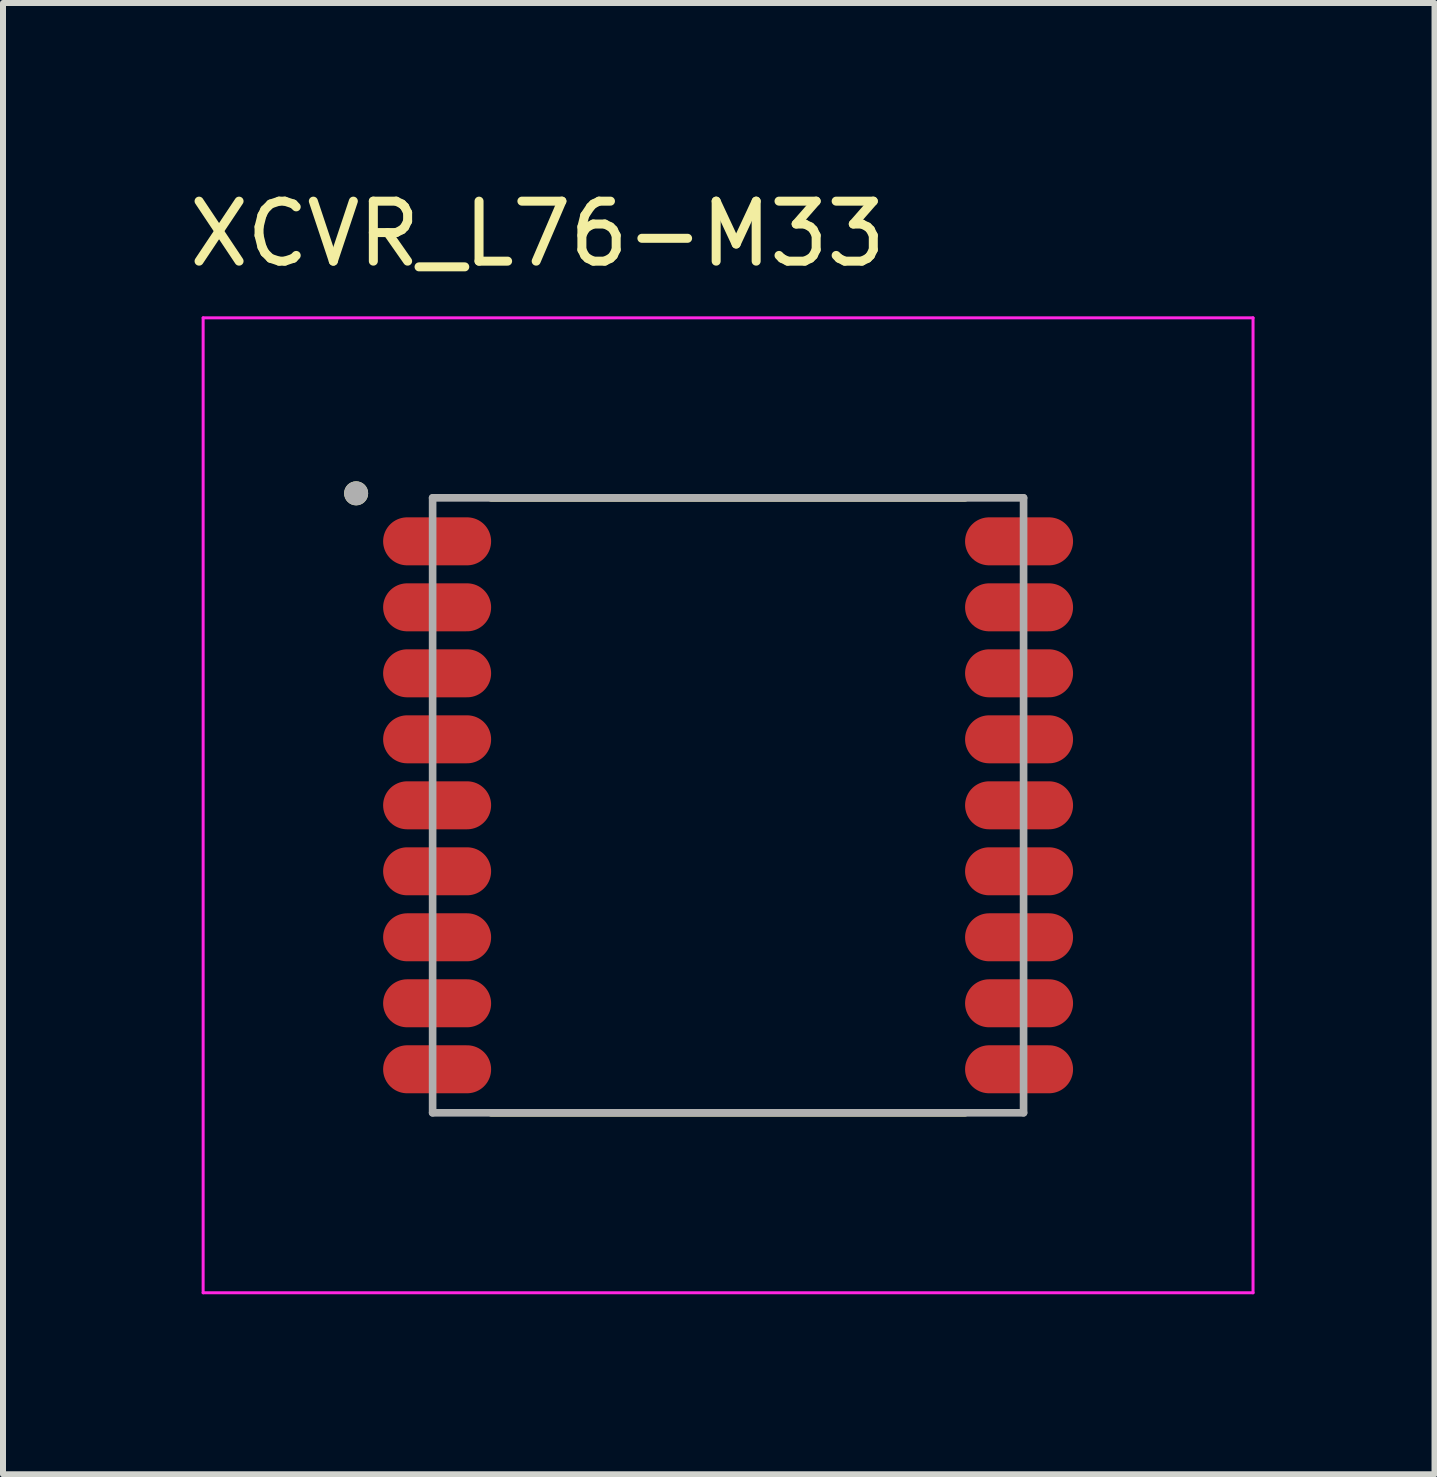
<source format=kicad_pcb>
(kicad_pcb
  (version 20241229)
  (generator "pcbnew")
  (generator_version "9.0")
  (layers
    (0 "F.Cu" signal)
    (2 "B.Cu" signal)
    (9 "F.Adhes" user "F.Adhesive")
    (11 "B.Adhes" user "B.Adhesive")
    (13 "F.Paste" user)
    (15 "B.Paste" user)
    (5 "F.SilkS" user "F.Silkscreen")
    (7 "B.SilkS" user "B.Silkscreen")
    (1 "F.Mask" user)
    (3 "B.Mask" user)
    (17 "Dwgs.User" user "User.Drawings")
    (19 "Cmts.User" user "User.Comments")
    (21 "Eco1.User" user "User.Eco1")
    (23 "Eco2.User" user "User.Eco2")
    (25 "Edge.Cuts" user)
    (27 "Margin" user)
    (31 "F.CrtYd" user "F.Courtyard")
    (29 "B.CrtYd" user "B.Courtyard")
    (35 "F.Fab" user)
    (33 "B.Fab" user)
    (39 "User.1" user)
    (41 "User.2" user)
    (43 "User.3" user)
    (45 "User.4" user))
  (footprint "XCVR_L76-M33"
    (layer "F.Cu")
    (at 9.086 10.373)
    (property "Reference" "XCVR_L76-M33" (at -3.175 -9.525 0) (layer "F.SilkS") (effects (font (size 1 1) (thickness 0.15))))
    (attr smd)
    (fp_line (start -3.95 -5.125) (end 3.95 -5.125) (stroke (width 0.127) (type solid)) (layer "F.SilkS"))
    (fp_line (start -3.95 5.125) (end 3.95 5.125) (stroke (width 0.127) (type solid)) (layer "F.SilkS"))
    (fp_circle (center -6.2 -5.2) (end -6.1 -5.2) (stroke (width 0.2) (type solid)) (fill no) (layer "F.SilkS"))
    (fp_poly (pts (xy -5.1 -4.8) (xy -4.45 -4.8) (xy -4.408 -4.798) (xy -4.367 -4.791) (xy -4.326 -4.78) (xy -4.287 -4.765) (xy -4.25 -4.746) (xy -4.215 -4.724) (xy -4.182 -4.697) (xy -4.153 -4.668) (xy -4.126 -4.635) (xy -4.104 -4.6) (xy -4.085 -4.563) (xy -4.07 -4.524) (xy -4.059 -4.483) (xy -4.052 -4.442) (xy -4.05 -4.4) (xy -4.052 -4.358) (xy -4.059 -4.317) (xy -4.07 -4.276) (xy -4.085 -4.237) (xy -4.104 -4.2) (xy -4.126 -4.165) (xy -4.153 -4.132) (xy -4.182 -4.103) (xy -4.215 -4.076) (xy -4.25 -4.054) (xy -4.287 -4.035) (xy -4.326 -4.02) (xy -4.367 -4.009) (xy -4.408 -4.002) (xy -4.45 -4) (xy -5.75 -4) (xy -5.792 -4.002) (xy -5.833 -4.009) (xy -5.874 -4.02) (xy -5.913 -4.035) (xy -5.95 -4.054) (xy -5.985 -4.076) (xy -6.018 -4.103) (xy -6.047 -4.132) (xy -6.074 -4.165) (xy -6.096 -4.2) (xy -6.115 -4.237) (xy -6.13 -4.276) (xy -6.141 -4.317) (xy -6.148 -4.358) (xy -6.15 -4.4) (xy -6.148 -4.442) (xy -6.141 -4.483) (xy -6.13 -4.524) (xy -6.115 -4.563) (xy -6.096 -4.6) (xy -6.074 -4.635) (xy -6.047 -4.668) (xy -6.018 -4.697) (xy -5.985 -4.724) (xy -5.95 -4.746) (xy -5.913 -4.765) (xy -5.874 -4.78) (xy -5.833 -4.791) (xy -5.792 -4.798) (xy -5.75 -4.8) (xy -5.1 -4.8)) (stroke (width 0.0001) (type solid)) (fill yes) (layer "F.Paste"))
    (fp_poly (pts (xy -5.1 -3.7) (xy -4.45 -3.7) (xy -4.408 -3.698) (xy -4.367 -3.691) (xy -4.326 -3.68) (xy -4.287 -3.665) (xy -4.25 -3.646) (xy -4.215 -3.624) (xy -4.182 -3.597) (xy -4.153 -3.568) (xy -4.126 -3.535) (xy -4.104 -3.5) (xy -4.085 -3.463) (xy -4.07 -3.424) (xy -4.059 -3.383) (xy -4.052 -3.342) (xy -4.05 -3.3) (xy -4.052 -3.258) (xy -4.059 -3.217) (xy -4.07 -3.176) (xy -4.085 -3.137) (xy -4.104 -3.1) (xy -4.126 -3.065) (xy -4.153 -3.032) (xy -4.182 -3.003) (xy -4.215 -2.976) (xy -4.25 -2.954) (xy -4.287 -2.935) (xy -4.326 -2.92) (xy -4.367 -2.909) (xy -4.408 -2.902) (xy -4.45 -2.9) (xy -5.75 -2.9) (xy -5.792 -2.902) (xy -5.833 -2.909) (xy -5.874 -2.92) (xy -5.913 -2.935) (xy -5.95 -2.954) (xy -5.985 -2.976) (xy -6.018 -3.003) (xy -6.047 -3.032) (xy -6.074 -3.065) (xy -6.096 -3.1) (xy -6.115 -3.137) (xy -6.13 -3.176) (xy -6.141 -3.217) (xy -6.148 -3.258) (xy -6.15 -3.3) (xy -6.148 -3.342) (xy -6.141 -3.383) (xy -6.13 -3.424) (xy -6.115 -3.463) (xy -6.096 -3.5) (xy -6.074 -3.535) (xy -6.047 -3.568) (xy -6.018 -3.597) (xy -5.985 -3.624) (xy -5.95 -3.646) (xy -5.913 -3.665) (xy -5.874 -3.68) (xy -5.833 -3.691) (xy -5.792 -3.698) (xy -5.75 -3.7) (xy -5.1 -3.7)) (stroke (width 0.0001) (type solid)) (fill yes) (layer "F.Paste"))
    (fp_poly (pts (xy -5.1 -2.6) (xy -4.45 -2.6) (xy -4.408 -2.598) (xy -4.367 -2.591) (xy -4.326 -2.58) (xy -4.287 -2.565) (xy -4.25 -2.546) (xy -4.215 -2.524) (xy -4.182 -2.497) (xy -4.153 -2.468) (xy -4.126 -2.435) (xy -4.104 -2.4) (xy -4.085 -2.363) (xy -4.07 -2.324) (xy -4.059 -2.283) (xy -4.052 -2.242) (xy -4.05 -2.2) (xy -4.052 -2.158) (xy -4.059 -2.117) (xy -4.07 -2.076) (xy -4.085 -2.037) (xy -4.104 -2) (xy -4.126 -1.965) (xy -4.153 -1.932) (xy -4.182 -1.903) (xy -4.215 -1.876) (xy -4.25 -1.854) (xy -4.287 -1.835) (xy -4.326 -1.82) (xy -4.367 -1.809) (xy -4.408 -1.802) (xy -4.45 -1.8) (xy -5.75 -1.8) (xy -5.792 -1.802) (xy -5.833 -1.809) (xy -5.874 -1.82) (xy -5.913 -1.835) (xy -5.95 -1.854) (xy -5.985 -1.876) (xy -6.018 -1.903) (xy -6.047 -1.932) (xy -6.074 -1.965) (xy -6.096 -2) (xy -6.115 -2.037) (xy -6.13 -2.076) (xy -6.141 -2.117) (xy -6.148 -2.158) (xy -6.15 -2.2) (xy -6.148 -2.242) (xy -6.141 -2.283) (xy -6.13 -2.324) (xy -6.115 -2.363) (xy -6.096 -2.4) (xy -6.074 -2.435) (xy -6.047 -2.468) (xy -6.018 -2.497) (xy -5.985 -2.524) (xy -5.95 -2.546) (xy -5.913 -2.565) (xy -5.874 -2.58) (xy -5.833 -2.591) (xy -5.792 -2.598) (xy -5.75 -2.6) (xy -5.1 -2.6)) (stroke (width 0.0001) (type solid)) (fill yes) (layer "F.Paste"))
    (fp_poly (pts (xy -5.1 -1.5) (xy -4.45 -1.5) (xy -4.408 -1.498) (xy -4.367 -1.491) (xy -4.326 -1.48) (xy -4.287 -1.465) (xy -4.25 -1.446) (xy -4.215 -1.424) (xy -4.182 -1.397) (xy -4.153 -1.368) (xy -4.126 -1.335) (xy -4.104 -1.3) (xy -4.085 -1.263) (xy -4.07 -1.224) (xy -4.059 -1.183) (xy -4.052 -1.142) (xy -4.05 -1.1) (xy -4.052 -1.058) (xy -4.059 -1.017) (xy -4.07 -0.976) (xy -4.085 -0.937) (xy -4.104 -0.9) (xy -4.126 -0.865) (xy -4.153 -0.832) (xy -4.182 -0.803) (xy -4.215 -0.776) (xy -4.25 -0.754) (xy -4.287 -0.735) (xy -4.326 -0.72) (xy -4.367 -0.709) (xy -4.408 -0.702) (xy -4.45 -0.7) (xy -5.75 -0.7) (xy -5.792 -0.702) (xy -5.833 -0.709) (xy -5.874 -0.72) (xy -5.913 -0.735) (xy -5.95 -0.754) (xy -5.985 -0.776) (xy -6.018 -0.803) (xy -6.047 -0.832) (xy -6.074 -0.865) (xy -6.096 -0.9) (xy -6.115 -0.937) (xy -6.13 -0.976) (xy -6.141 -1.017) (xy -6.148 -1.058) (xy -6.15 -1.1) (xy -6.148 -1.142) (xy -6.141 -1.183) (xy -6.13 -1.224) (xy -6.115 -1.263) (xy -6.096 -1.3) (xy -6.074 -1.335) (xy -6.047 -1.368) (xy -6.018 -1.397) (xy -5.985 -1.424) (xy -5.95 -1.446) (xy -5.913 -1.465) (xy -5.874 -1.48) (xy -5.833 -1.491) (xy -5.792 -1.498) (xy -5.75 -1.5) (xy -5.1 -1.5)) (stroke (width 0.0001) (type solid)) (fill yes) (layer "F.Paste"))
    (fp_poly (pts (xy -5.1 -0.4) (xy -4.45 -0.4) (xy -4.408 -0.398) (xy -4.367 -0.391) (xy -4.326 -0.38) (xy -4.287 -0.365) (xy -4.25 -0.346) (xy -4.215 -0.324) (xy -4.182 -0.297) (xy -4.153 -0.268) (xy -4.126 -0.235) (xy -4.104 -0.2) (xy -4.085 -0.163) (xy -4.07 -0.124) (xy -4.059 -0.083) (xy -4.052 -0.042) (xy -4.05 0) (xy -4.052 0.042) (xy -4.059 0.083) (xy -4.07 0.124) (xy -4.085 0.163) (xy -4.104 0.2) (xy -4.126 0.235) (xy -4.153 0.268) (xy -4.182 0.297) (xy -4.215 0.324) (xy -4.25 0.346) (xy -4.287 0.365) (xy -4.326 0.38) (xy -4.367 0.391) (xy -4.408 0.398) (xy -4.45 0.4) (xy -5.75 0.4) (xy -5.792 0.398) (xy -5.833 0.391) (xy -5.874 0.38) (xy -5.913 0.365) (xy -5.95 0.346) (xy -5.985 0.324) (xy -6.018 0.297) (xy -6.047 0.268) (xy -6.074 0.235) (xy -6.096 0.2) (xy -6.115 0.163) (xy -6.13 0.124) (xy -6.141 0.083) (xy -6.148 0.042) (xy -6.15 0) (xy -6.148 -0.042) (xy -6.141 -0.083) (xy -6.13 -0.124) (xy -6.115 -0.163) (xy -6.096 -0.2) (xy -6.074 -0.235) (xy -6.047 -0.268) (xy -6.018 -0.297) (xy -5.985 -0.324) (xy -5.95 -0.346) (xy -5.913 -0.365) (xy -5.874 -0.38) (xy -5.833 -0.391) (xy -5.792 -0.398) (xy -5.75 -0.4) (xy -5.1 -0.4)) (stroke (width 0.0001) (type solid)) (fill yes) (layer "F.Paste"))
    (fp_poly (pts (xy -5.1 0.7) (xy -4.45 0.7) (xy -4.408 0.702) (xy -4.367 0.709) (xy -4.326 0.72) (xy -4.287 0.735) (xy -4.25 0.754) (xy -4.215 0.776) (xy -4.182 0.803) (xy -4.153 0.832) (xy -4.126 0.865) (xy -4.104 0.9) (xy -4.085 0.937) (xy -4.07 0.976) (xy -4.059 1.017) (xy -4.052 1.058) (xy -4.05 1.1) (xy -4.052 1.142) (xy -4.059 1.183) (xy -4.07 1.224) (xy -4.085 1.263) (xy -4.104 1.3) (xy -4.126 1.335) (xy -4.153 1.368) (xy -4.182 1.397) (xy -4.215 1.424) (xy -4.25 1.446) (xy -4.287 1.465) (xy -4.326 1.48) (xy -4.367 1.491) (xy -4.408 1.498) (xy -4.45 1.5) (xy -5.75 1.5) (xy -5.792 1.498) (xy -5.833 1.491) (xy -5.874 1.48) (xy -5.913 1.465) (xy -5.95 1.446) (xy -5.985 1.424) (xy -6.018 1.397) (xy -6.047 1.368) (xy -6.074 1.335) (xy -6.096 1.3) (xy -6.115 1.263) (xy -6.13 1.224) (xy -6.141 1.183) (xy -6.148 1.142) (xy -6.15 1.1) (xy -6.148 1.058) (xy -6.141 1.017) (xy -6.13 0.976) (xy -6.115 0.937) (xy -6.096 0.9) (xy -6.074 0.865) (xy -6.047 0.832) (xy -6.018 0.803) (xy -5.985 0.776) (xy -5.95 0.754) (xy -5.913 0.735) (xy -5.874 0.72) (xy -5.833 0.709) (xy -5.792 0.702) (xy -5.75 0.7) (xy -5.1 0.7)) (stroke (width 0.0001) (type solid)) (fill yes) (layer "F.Paste"))
    (fp_poly (pts (xy -5.1 1.8) (xy -4.45 1.8) (xy -4.408 1.802) (xy -4.367 1.809) (xy -4.326 1.82) (xy -4.287 1.835) (xy -4.25 1.854) (xy -4.215 1.876) (xy -4.182 1.903) (xy -4.153 1.932) (xy -4.126 1.965) (xy -4.104 2) (xy -4.085 2.037) (xy -4.07 2.076) (xy -4.059 2.117) (xy -4.052 2.158) (xy -4.05 2.2) (xy -4.052 2.242) (xy -4.059 2.283) (xy -4.07 2.324) (xy -4.085 2.363) (xy -4.104 2.4) (xy -4.126 2.435) (xy -4.153 2.468) (xy -4.182 2.497) (xy -4.215 2.524) (xy -4.25 2.546) (xy -4.287 2.565) (xy -4.326 2.58) (xy -4.367 2.591) (xy -4.408 2.598) (xy -4.45 2.6) (xy -5.75 2.6) (xy -5.792 2.598) (xy -5.833 2.591) (xy -5.874 2.58) (xy -5.913 2.565) (xy -5.95 2.546) (xy -5.985 2.524) (xy -6.018 2.497) (xy -6.047 2.468) (xy -6.074 2.435) (xy -6.096 2.4) (xy -6.115 2.363) (xy -6.13 2.324) (xy -6.141 2.283) (xy -6.148 2.242) (xy -6.15 2.2) (xy -6.148 2.158) (xy -6.141 2.117) (xy -6.13 2.076) (xy -6.115 2.037) (xy -6.096 2) (xy -6.074 1.965) (xy -6.047 1.932) (xy -6.018 1.903) (xy -5.985 1.876) (xy -5.95 1.854) (xy -5.913 1.835) (xy -5.874 1.82) (xy -5.833 1.809) (xy -5.792 1.802) (xy -5.75 1.8) (xy -5.1 1.8)) (stroke (width 0.0001) (type solid)) (fill yes) (layer "F.Paste"))
    (fp_poly (pts (xy -5.1 2.9) (xy -4.45 2.9) (xy -4.408 2.902) (xy -4.367 2.909) (xy -4.326 2.92) (xy -4.287 2.935) (xy -4.25 2.954) (xy -4.215 2.976) (xy -4.182 3.003) (xy -4.153 3.032) (xy -4.126 3.065) (xy -4.104 3.1) (xy -4.085 3.137) (xy -4.07 3.176) (xy -4.059 3.217) (xy -4.052 3.258) (xy -4.05 3.3) (xy -4.052 3.342) (xy -4.059 3.383) (xy -4.07 3.424) (xy -4.085 3.463) (xy -4.104 3.5) (xy -4.126 3.535) (xy -4.153 3.568) (xy -4.182 3.597) (xy -4.215 3.624) (xy -4.25 3.646) (xy -4.287 3.665) (xy -4.326 3.68) (xy -4.367 3.691) (xy -4.408 3.698) (xy -4.45 3.7) (xy -5.75 3.7) (xy -5.792 3.698) (xy -5.833 3.691) (xy -5.874 3.68) (xy -5.913 3.665) (xy -5.95 3.646) (xy -5.985 3.624) (xy -6.018 3.597) (xy -6.047 3.568) (xy -6.074 3.535) (xy -6.096 3.5) (xy -6.115 3.463) (xy -6.13 3.424) (xy -6.141 3.383) (xy -6.148 3.342) (xy -6.15 3.3) (xy -6.148 3.258) (xy -6.141 3.217) (xy -6.13 3.176) (xy -6.115 3.137) (xy -6.096 3.1) (xy -6.074 3.065) (xy -6.047 3.032) (xy -6.018 3.003) (xy -5.985 2.976) (xy -5.95 2.954) (xy -5.913 2.935) (xy -5.874 2.92) (xy -5.833 2.909) (xy -5.792 2.902) (xy -5.75 2.9) (xy -5.1 2.9)) (stroke (width 0.0001) (type solid)) (fill yes) (layer "F.Paste"))
    (fp_poly (pts (xy -5.1 4) (xy -4.45 4) (xy -4.408 4.002) (xy -4.367 4.009) (xy -4.326 4.02) (xy -4.287 4.035) (xy -4.25 4.054) (xy -4.215 4.076) (xy -4.182 4.103) (xy -4.153 4.132) (xy -4.126 4.165) (xy -4.104 4.2) (xy -4.085 4.237) (xy -4.07 4.276) (xy -4.059 4.317) (xy -4.052 4.358) (xy -4.05 4.4) (xy -4.052 4.442) (xy -4.059 4.483) (xy -4.07 4.524) (xy -4.085 4.563) (xy -4.104 4.6) (xy -4.126 4.635) (xy -4.153 4.668) (xy -4.182 4.697) (xy -4.215 4.724) (xy -4.25 4.746) (xy -4.287 4.765) (xy -4.326 4.78) (xy -4.367 4.791) (xy -4.408 4.798) (xy -4.45 4.8) (xy -5.75 4.8) (xy -5.792 4.798) (xy -5.833 4.791) (xy -5.874 4.78) (xy -5.913 4.765) (xy -5.95 4.746) (xy -5.985 4.724) (xy -6.018 4.697) (xy -6.047 4.668) (xy -6.074 4.635) (xy -6.096 4.6) (xy -6.115 4.563) (xy -6.13 4.524) (xy -6.141 4.483) (xy -6.148 4.442) (xy -6.15 4.4) (xy -6.148 4.358) (xy -6.141 4.317) (xy -6.13 4.276) (xy -6.115 4.237) (xy -6.096 4.2) (xy -6.074 4.165) (xy -6.047 4.132) (xy -6.018 4.103) (xy -5.985 4.076) (xy -5.95 4.054) (xy -5.913 4.035) (xy -5.874 4.02) (xy -5.833 4.009) (xy -5.792 4.002) (xy -5.75 4) (xy -5.1 4)) (stroke (width 0.0001) (type solid)) (fill yes) (layer "F.Paste"))
    (fp_poly (pts (xy 5.1 -4.8) (xy 5.75 -4.8) (xy 5.792 -4.798) (xy 5.833 -4.791) (xy 5.874 -4.78) (xy 5.913 -4.765) (xy 5.95 -4.746) (xy 5.985 -4.724) (xy 6.018 -4.697) (xy 6.047 -4.668) (xy 6.074 -4.635) (xy 6.096 -4.6) (xy 6.115 -4.563) (xy 6.13 -4.524) (xy 6.141 -4.483) (xy 6.148 -4.442) (xy 6.15 -4.4) (xy 6.148 -4.358) (xy 6.141 -4.317) (xy 6.13 -4.276) (xy 6.115 -4.237) (xy 6.096 -4.2) (xy 6.074 -4.165) (xy 6.047 -4.132) (xy 6.018 -4.103) (xy 5.985 -4.076) (xy 5.95 -4.054) (xy 5.913 -4.035) (xy 5.874 -4.02) (xy 5.833 -4.009) (xy 5.792 -4.002) (xy 5.75 -4) (xy 4.45 -4) (xy 4.408 -4.002) (xy 4.367 -4.009) (xy 4.326 -4.02) (xy 4.287 -4.035) (xy 4.25 -4.054) (xy 4.215 -4.076) (xy 4.182 -4.103) (xy 4.153 -4.132) (xy 4.126 -4.165) (xy 4.104 -4.2) (xy 4.085 -4.237) (xy 4.07 -4.276) (xy 4.059 -4.317) (xy 4.052 -4.358) (xy 4.05 -4.4) (xy 4.052 -4.442) (xy 4.059 -4.483) (xy 4.07 -4.524) (xy 4.085 -4.563) (xy 4.104 -4.6) (xy 4.126 -4.635) (xy 4.153 -4.668) (xy 4.182 -4.697) (xy 4.215 -4.724) (xy 4.25 -4.746) (xy 4.287 -4.765) (xy 4.326 -4.78) (xy 4.367 -4.791) (xy 4.408 -4.798) (xy 4.45 -4.8) (xy 5.1 -4.8)) (stroke (width 0.0001) (type solid)) (fill yes) (layer "F.Paste"))
    (fp_poly (pts (xy 5.1 -3.7) (xy 5.75 -3.7) (xy 5.792 -3.698) (xy 5.833 -3.691) (xy 5.874 -3.68) (xy 5.913 -3.665) (xy 5.95 -3.646) (xy 5.985 -3.624) (xy 6.018 -3.597) (xy 6.047 -3.568) (xy 6.074 -3.535) (xy 6.096 -3.5) (xy 6.115 -3.463) (xy 6.13 -3.424) (xy 6.141 -3.383) (xy 6.148 -3.342) (xy 6.15 -3.3) (xy 6.148 -3.258) (xy 6.141 -3.217) (xy 6.13 -3.176) (xy 6.115 -3.137) (xy 6.096 -3.1) (xy 6.074 -3.065) (xy 6.047 -3.032) (xy 6.018 -3.003) (xy 5.985 -2.976) (xy 5.95 -2.954) (xy 5.913 -2.935) (xy 5.874 -2.92) (xy 5.833 -2.909) (xy 5.792 -2.902) (xy 5.75 -2.9) (xy 4.45 -2.9) (xy 4.408 -2.902) (xy 4.367 -2.909) (xy 4.326 -2.92) (xy 4.287 -2.935) (xy 4.25 -2.954) (xy 4.215 -2.976) (xy 4.182 -3.003) (xy 4.153 -3.032) (xy 4.126 -3.065) (xy 4.104 -3.1) (xy 4.085 -3.137) (xy 4.07 -3.176) (xy 4.059 -3.217) (xy 4.052 -3.258) (xy 4.05 -3.3) (xy 4.052 -3.342) (xy 4.059 -3.383) (xy 4.07 -3.424) (xy 4.085 -3.463) (xy 4.104 -3.5) (xy 4.126 -3.535) (xy 4.153 -3.568) (xy 4.182 -3.597) (xy 4.215 -3.624) (xy 4.25 -3.646) (xy 4.287 -3.665) (xy 4.326 -3.68) (xy 4.367 -3.691) (xy 4.408 -3.698) (xy 4.45 -3.7) (xy 5.1 -3.7)) (stroke (width 0.0001) (type solid)) (fill yes) (layer "F.Paste"))
    (fp_poly (pts (xy 5.1 -2.6) (xy 5.75 -2.6) (xy 5.792 -2.598) (xy 5.833 -2.591) (xy 5.874 -2.58) (xy 5.913 -2.565) (xy 5.95 -2.546) (xy 5.985 -2.524) (xy 6.018 -2.497) (xy 6.047 -2.468) (xy 6.074 -2.435) (xy 6.096 -2.4) (xy 6.115 -2.363) (xy 6.13 -2.324) (xy 6.141 -2.283) (xy 6.148 -2.242) (xy 6.15 -2.2) (xy 6.148 -2.158) (xy 6.141 -2.117) (xy 6.13 -2.076) (xy 6.115 -2.037) (xy 6.096 -2) (xy 6.074 -1.965) (xy 6.047 -1.932) (xy 6.018 -1.903) (xy 5.985 -1.876) (xy 5.95 -1.854) (xy 5.913 -1.835) (xy 5.874 -1.82) (xy 5.833 -1.809) (xy 5.792 -1.802) (xy 5.75 -1.8) (xy 4.45 -1.8) (xy 4.408 -1.802) (xy 4.367 -1.809) (xy 4.326 -1.82) (xy 4.287 -1.835) (xy 4.25 -1.854) (xy 4.215 -1.876) (xy 4.182 -1.903) (xy 4.153 -1.932) (xy 4.126 -1.965) (xy 4.104 -2) (xy 4.085 -2.037) (xy 4.07 -2.076) (xy 4.059 -2.117) (xy 4.052 -2.158) (xy 4.05 -2.2) (xy 4.052 -2.242) (xy 4.059 -2.283) (xy 4.07 -2.324) (xy 4.085 -2.363) (xy 4.104 -2.4) (xy 4.126 -2.435) (xy 4.153 -2.468) (xy 4.182 -2.497) (xy 4.215 -2.524) (xy 4.25 -2.546) (xy 4.287 -2.565) (xy 4.326 -2.58) (xy 4.367 -2.591) (xy 4.408 -2.598) (xy 4.45 -2.6) (xy 5.1 -2.6)) (stroke (width 0.0001) (type solid)) (fill yes) (layer "F.Paste"))
    (fp_poly (pts (xy 5.1 -1.5) (xy 5.75 -1.5) (xy 5.792 -1.498) (xy 5.833 -1.491) (xy 5.874 -1.48) (xy 5.913 -1.465) (xy 5.95 -1.446) (xy 5.985 -1.424) (xy 6.018 -1.397) (xy 6.047 -1.368) (xy 6.074 -1.335) (xy 6.096 -1.3) (xy 6.115 -1.263) (xy 6.13 -1.224) (xy 6.141 -1.183) (xy 6.148 -1.142) (xy 6.15 -1.1) (xy 6.148 -1.058) (xy 6.141 -1.017) (xy 6.13 -0.976) (xy 6.115 -0.937) (xy 6.096 -0.9) (xy 6.074 -0.865) (xy 6.047 -0.832) (xy 6.018 -0.803) (xy 5.985 -0.776) (xy 5.95 -0.754) (xy 5.913 -0.735) (xy 5.874 -0.72) (xy 5.833 -0.709) (xy 5.792 -0.702) (xy 5.75 -0.7) (xy 4.45 -0.7) (xy 4.408 -0.702) (xy 4.367 -0.709) (xy 4.326 -0.72) (xy 4.287 -0.735) (xy 4.25 -0.754) (xy 4.215 -0.776) (xy 4.182 -0.803) (xy 4.153 -0.832) (xy 4.126 -0.865) (xy 4.104 -0.9) (xy 4.085 -0.937) (xy 4.07 -0.976) (xy 4.059 -1.017) (xy 4.052 -1.058) (xy 4.05 -1.1) (xy 4.052 -1.142) (xy 4.059 -1.183) (xy 4.07 -1.224) (xy 4.085 -1.263) (xy 4.104 -1.3) (xy 4.126 -1.335) (xy 4.153 -1.368) (xy 4.182 -1.397) (xy 4.215 -1.424) (xy 4.25 -1.446) (xy 4.287 -1.465) (xy 4.326 -1.48) (xy 4.367 -1.491) (xy 4.408 -1.498) (xy 4.45 -1.5) (xy 5.1 -1.5)) (stroke (width 0.0001) (type solid)) (fill yes) (layer "F.Paste"))
    (fp_poly (pts (xy 5.1 -0.4) (xy 5.75 -0.4) (xy 5.792 -0.398) (xy 5.833 -0.391) (xy 5.874 -0.38) (xy 5.913 -0.365) (xy 5.95 -0.346) (xy 5.985 -0.324) (xy 6.018 -0.297) (xy 6.047 -0.268) (xy 6.074 -0.235) (xy 6.096 -0.2) (xy 6.115 -0.163) (xy 6.13 -0.124) (xy 6.141 -0.083) (xy 6.148 -0.042) (xy 6.15 0) (xy 6.148 0.042) (xy 6.141 0.083) (xy 6.13 0.124) (xy 6.115 0.163) (xy 6.096 0.2) (xy 6.074 0.235) (xy 6.047 0.268) (xy 6.018 0.297) (xy 5.985 0.324) (xy 5.95 0.346) (xy 5.913 0.365) (xy 5.874 0.38) (xy 5.833 0.391) (xy 5.792 0.398) (xy 5.75 0.4) (xy 4.45 0.4) (xy 4.408 0.398) (xy 4.367 0.391) (xy 4.326 0.38) (xy 4.287 0.365) (xy 4.25 0.346) (xy 4.215 0.324) (xy 4.182 0.297) (xy 4.153 0.268) (xy 4.126 0.235) (xy 4.104 0.2) (xy 4.085 0.163) (xy 4.07 0.124) (xy 4.059 0.083) (xy 4.052 0.042) (xy 4.05 0) (xy 4.052 -0.042) (xy 4.059 -0.083) (xy 4.07 -0.124) (xy 4.085 -0.163) (xy 4.104 -0.2) (xy 4.126 -0.235) (xy 4.153 -0.268) (xy 4.182 -0.297) (xy 4.215 -0.324) (xy 4.25 -0.346) (xy 4.287 -0.365) (xy 4.326 -0.38) (xy 4.367 -0.391) (xy 4.408 -0.398) (xy 4.45 -0.4) (xy 5.1 -0.4)) (stroke (width 0.0001) (type solid)) (fill yes) (layer "F.Paste"))
    (fp_poly (pts (xy 5.1 0.7) (xy 5.75 0.7) (xy 5.792 0.702) (xy 5.833 0.709) (xy 5.874 0.72) (xy 5.913 0.735) (xy 5.95 0.754) (xy 5.985 0.776) (xy 6.018 0.803) (xy 6.047 0.832) (xy 6.074 0.865) (xy 6.096 0.9) (xy 6.115 0.937) (xy 6.13 0.976) (xy 6.141 1.017) (xy 6.148 1.058) (xy 6.15 1.1) (xy 6.148 1.142) (xy 6.141 1.183) (xy 6.13 1.224) (xy 6.115 1.263) (xy 6.096 1.3) (xy 6.074 1.335) (xy 6.047 1.368) (xy 6.018 1.397) (xy 5.985 1.424) (xy 5.95 1.446) (xy 5.913 1.465) (xy 5.874 1.48) (xy 5.833 1.491) (xy 5.792 1.498) (xy 5.75 1.5) (xy 4.45 1.5) (xy 4.408 1.498) (xy 4.367 1.491) (xy 4.326 1.48) (xy 4.287 1.465) (xy 4.25 1.446) (xy 4.215 1.424) (xy 4.182 1.397) (xy 4.153 1.368) (xy 4.126 1.335) (xy 4.104 1.3) (xy 4.085 1.263) (xy 4.07 1.224) (xy 4.059 1.183) (xy 4.052 1.142) (xy 4.05 1.1) (xy 4.052 1.058) (xy 4.059 1.017) (xy 4.07 0.976) (xy 4.085 0.937) (xy 4.104 0.9) (xy 4.126 0.865) (xy 4.153 0.832) (xy 4.182 0.803) (xy 4.215 0.776) (xy 4.25 0.754) (xy 4.287 0.735) (xy 4.326 0.72) (xy 4.367 0.709) (xy 4.408 0.702) (xy 4.45 0.7) (xy 5.1 0.7)) (stroke (width 0.0001) (type solid)) (fill yes) (layer "F.Paste"))
    (fp_poly (pts (xy 5.1 1.8) (xy 5.75 1.8) (xy 5.792 1.802) (xy 5.833 1.809) (xy 5.874 1.82) (xy 5.913 1.835) (xy 5.95 1.854) (xy 5.985 1.876) (xy 6.018 1.903) (xy 6.047 1.932) (xy 6.074 1.965) (xy 6.096 2) (xy 6.115 2.037) (xy 6.13 2.076) (xy 6.141 2.117) (xy 6.148 2.158) (xy 6.15 2.2) (xy 6.148 2.242) (xy 6.141 2.283) (xy 6.13 2.324) (xy 6.115 2.363) (xy 6.096 2.4) (xy 6.074 2.435) (xy 6.047 2.468) (xy 6.018 2.497) (xy 5.985 2.524) (xy 5.95 2.546) (xy 5.913 2.565) (xy 5.874 2.58) (xy 5.833 2.591) (xy 5.792 2.598) (xy 5.75 2.6) (xy 4.45 2.6) (xy 4.408 2.598) (xy 4.367 2.591) (xy 4.326 2.58) (xy 4.287 2.565) (xy 4.25 2.546) (xy 4.215 2.524) (xy 4.182 2.497) (xy 4.153 2.468) (xy 4.126 2.435) (xy 4.104 2.4) (xy 4.085 2.363) (xy 4.07 2.324) (xy 4.059 2.283) (xy 4.052 2.242) (xy 4.05 2.2) (xy 4.052 2.158) (xy 4.059 2.117) (xy 4.07 2.076) (xy 4.085 2.037) (xy 4.104 2) (xy 4.126 1.965) (xy 4.153 1.932) (xy 4.182 1.903) (xy 4.215 1.876) (xy 4.25 1.854) (xy 4.287 1.835) (xy 4.326 1.82) (xy 4.367 1.809) (xy 4.408 1.802) (xy 4.45 1.8) (xy 5.1 1.8)) (stroke (width 0.0001) (type solid)) (fill yes) (layer "F.Paste"))
    (fp_poly (pts (xy 5.1 2.9) (xy 5.75 2.9) (xy 5.792 2.902) (xy 5.833 2.909) (xy 5.874 2.92) (xy 5.913 2.935) (xy 5.95 2.954) (xy 5.985 2.976) (xy 6.018 3.003) (xy 6.047 3.032) (xy 6.074 3.065) (xy 6.096 3.1) (xy 6.115 3.137) (xy 6.13 3.176) (xy 6.141 3.217) (xy 6.148 3.258) (xy 6.15 3.3) (xy 6.148 3.342) (xy 6.141 3.383) (xy 6.13 3.424) (xy 6.115 3.463) (xy 6.096 3.5) (xy 6.074 3.535) (xy 6.047 3.568) (xy 6.018 3.597) (xy 5.985 3.624) (xy 5.95 3.646) (xy 5.913 3.665) (xy 5.874 3.68) (xy 5.833 3.691) (xy 5.792 3.698) (xy 5.75 3.7) (xy 4.45 3.7) (xy 4.408 3.698) (xy 4.367 3.691) (xy 4.326 3.68) (xy 4.287 3.665) (xy 4.25 3.646) (xy 4.215 3.624) (xy 4.182 3.597) (xy 4.153 3.568) (xy 4.126 3.535) (xy 4.104 3.5) (xy 4.085 3.463) (xy 4.07 3.424) (xy 4.059 3.383) (xy 4.052 3.342) (xy 4.05 3.3) (xy 4.052 3.258) (xy 4.059 3.217) (xy 4.07 3.176) (xy 4.085 3.137) (xy 4.104 3.1) (xy 4.126 3.065) (xy 4.153 3.032) (xy 4.182 3.003) (xy 4.215 2.976) (xy 4.25 2.954) (xy 4.287 2.935) (xy 4.326 2.92) (xy 4.367 2.909) (xy 4.408 2.902) (xy 4.45 2.9) (xy 5.1 2.9)) (stroke (width 0.0001) (type solid)) (fill yes) (layer "F.Paste"))
    (fp_poly (pts (xy 5.1 4) (xy 5.75 4) (xy 5.792 4.002) (xy 5.833 4.009) (xy 5.874 4.02) (xy 5.913 4.035) (xy 5.95 4.054) (xy 5.985 4.076) (xy 6.018 4.103) (xy 6.047 4.132) (xy 6.074 4.165) (xy 6.096 4.2) (xy 6.115 4.237) (xy 6.13 4.276) (xy 6.141 4.317) (xy 6.148 4.358) (xy 6.15 4.4) (xy 6.148 4.442) (xy 6.141 4.483) (xy 6.13 4.524) (xy 6.115 4.563) (xy 6.096 4.6) (xy 6.074 4.635) (xy 6.047 4.668) (xy 6.018 4.697) (xy 5.985 4.724) (xy 5.95 4.746) (xy 5.913 4.765) (xy 5.874 4.78) (xy 5.833 4.791) (xy 5.792 4.798) (xy 5.75 4.8) (xy 4.45 4.8) (xy 4.408 4.798) (xy 4.367 4.791) (xy 4.326 4.78) (xy 4.287 4.765) (xy 4.25 4.746) (xy 4.215 4.724) (xy 4.182 4.697) (xy 4.153 4.668) (xy 4.126 4.635) (xy 4.104 4.6) (xy 4.085 4.563) (xy 4.07 4.524) (xy 4.059 4.483) (xy 4.052 4.442) (xy 4.05 4.4) (xy 4.052 4.358) (xy 4.059 4.317) (xy 4.07 4.276) (xy 4.085 4.237) (xy 4.104 4.2) (xy 4.126 4.165) (xy 4.153 4.132) (xy 4.182 4.103) (xy 4.215 4.076) (xy 4.25 4.054) (xy 4.287 4.035) (xy 4.326 4.02) (xy 4.367 4.009) (xy 4.408 4.002) (xy 4.45 4) (xy 5.1 4)) (stroke (width 0.0001) (type solid)) (fill yes) (layer "F.Paste"))
    (fp_line (start -8.75 -8.125) (end 8.75 -8.125) (stroke (width 0.05) (type solid)) (layer "F.CrtYd"))
    (fp_line (start -8.75 8.125) (end -8.75 -8.125) (stroke (width 0.05) (type solid)) (layer "F.CrtYd"))
    (fp_line (start 8.75 -8.125) (end 8.75 8.125) (stroke (width 0.05) (type solid)) (layer "F.CrtYd"))
    (fp_line (start 8.75 8.125) (end -8.75 8.125) (stroke (width 0.05) (type solid)) (layer "F.CrtYd"))
    (fp_line (start -4.925 -5.125) (end -4.925 5.125) (stroke (width 0.127) (type solid)) (layer "F.Fab"))
    (fp_line (start -4.925 5.125) (end 4.925 5.125) (stroke (width 0.127) (type solid)) (layer "F.Fab"))
    (fp_line (start 4.925 -5.125) (end -4.925 -5.125) (stroke (width 0.127) (type solid)) (layer "F.Fab"))
    (fp_line (start 4.925 5.125) (end 4.925 -5.125) (stroke (width 0.127) (type solid)) (layer "F.Fab"))
    (fp_circle (center -6.2 -5.2) (end -6.1 -5.2) (stroke (width 0.2) (type solid)) (fill no) (layer "F.Fab"))
    (pad "1" smd oval (at -4.85 -4.4) (size 1.8 0.8) (layers "F.Cu" "F.Mask"))
    (pad "2" smd oval (at -4.85 -3.3) (size 1.8 0.8) (layers "F.Cu" "F.Mask"))
    (pad "3" smd oval (at -4.85 -2.2) (size 1.8 0.8) (layers "F.Cu" "F.Mask"))
    (pad "4" smd oval (at -4.85 -1.1) (size 1.8 0.8) (layers "F.Cu" "F.Mask"))
    (pad "5" smd oval (at -4.85 0) (size 1.8 0.8) (layers "F.Cu" "F.Mask"))
    (pad "6" smd oval (at -4.85 1.1) (size 1.8 0.8) (layers "F.Cu" "F.Mask"))
    (pad "7" smd oval (at -4.85 2.2) (size 1.8 0.8) (layers "F.Cu" "F.Mask"))
    (pad "8" smd oval (at -4.85 3.3) (size 1.8 0.8) (layers "F.Cu" "F.Mask"))
    (pad "9" smd oval (at -4.85 4.4) (size 1.8 0.8) (layers "F.Cu" "F.Mask"))
    (pad "10" smd oval (at 4.85 4.4) (size 1.8 0.8) (layers "F.Cu" "F.Mask"))
    (pad "11" smd oval (at 4.85 3.3) (size 1.8 0.8) (layers "F.Cu" "F.Mask"))
    (pad "12" smd oval (at 4.85 2.2) (size 1.8 0.8) (layers "F.Cu" "F.Mask"))
    (pad "13" smd oval (at 4.85 1.1) (size 1.8 0.8) (layers "F.Cu" "F.Mask"))
    (pad "14" smd oval (at 4.85 0) (size 1.8 0.8) (layers "F.Cu" "F.Mask"))
    (pad "15" smd oval (at 4.85 -1.1) (size 1.8 0.8) (layers "F.Cu" "F.Mask"))
    (pad "16" smd oval (at 4.85 -2.2) (size 1.8 0.8) (layers "F.Cu" "F.Mask"))
    (pad "17" smd oval (at 4.85 -3.3) (size 1.8 0.8) (layers "F.Cu" "F.Mask"))
    (pad "18" smd oval (at 4.85 -4.4) (size 1.8 0.8) (layers "F.Cu" "F.Mask")))
  (gr_rect
    (start -3 -3)
    (end 20.861 21.523)
    (stroke (width 0.1) (type default))
    (fill no)
    (layer "Edge.Cuts")))
</source>
